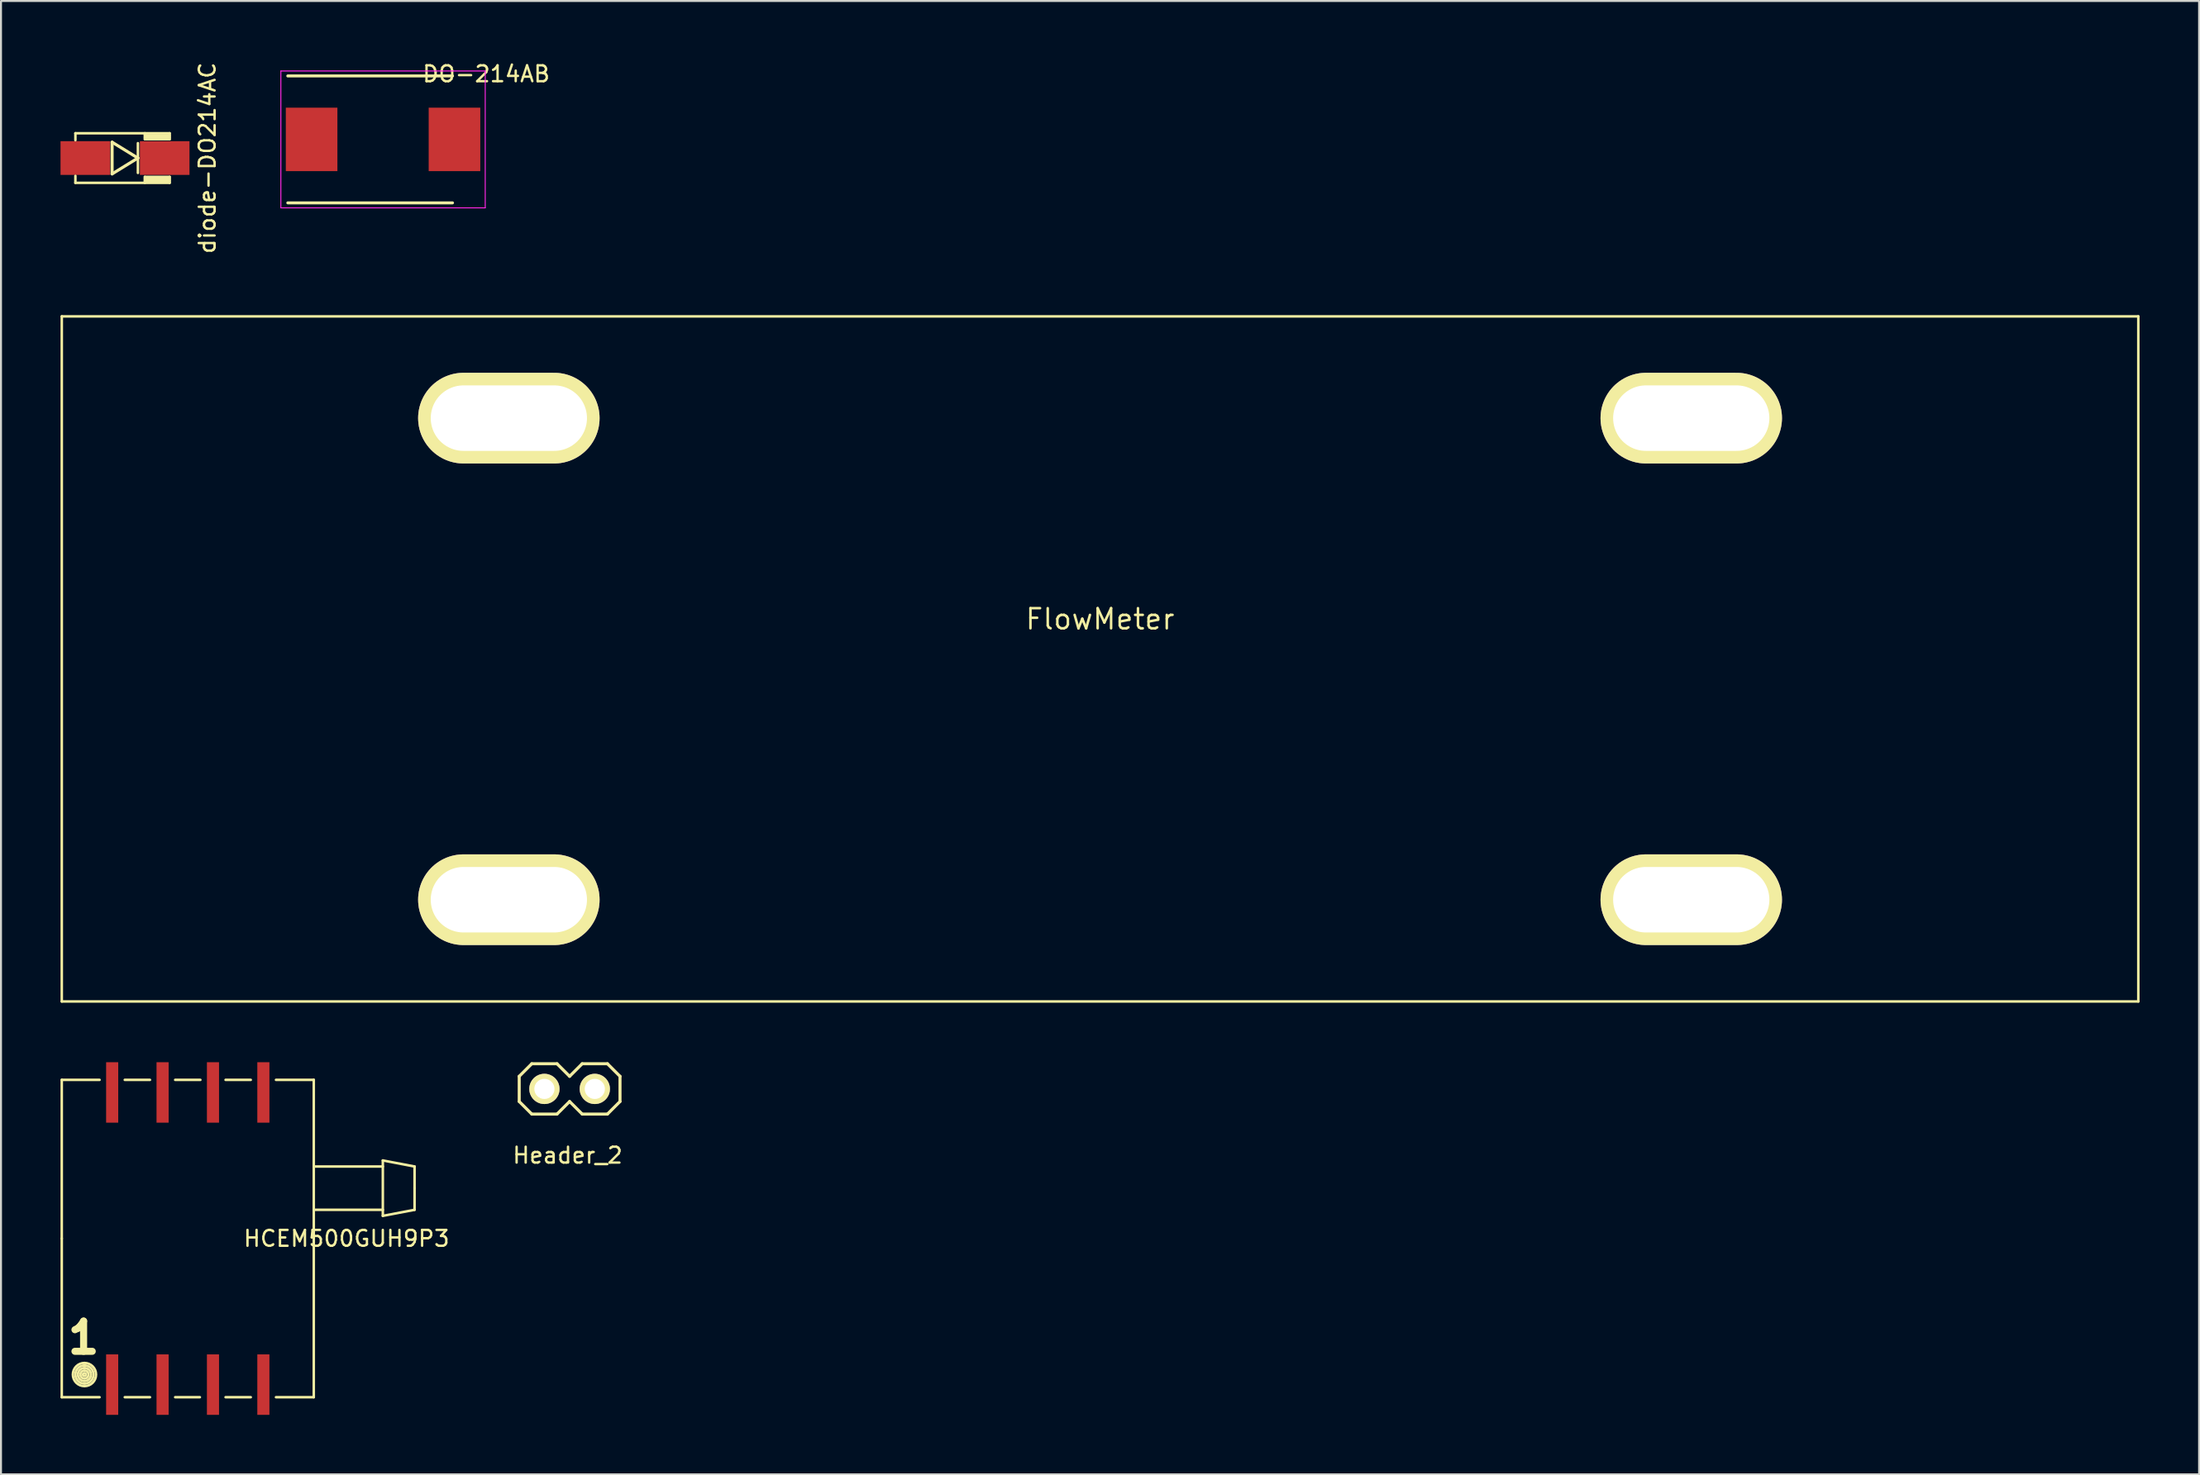
<source format=kicad_pcb>
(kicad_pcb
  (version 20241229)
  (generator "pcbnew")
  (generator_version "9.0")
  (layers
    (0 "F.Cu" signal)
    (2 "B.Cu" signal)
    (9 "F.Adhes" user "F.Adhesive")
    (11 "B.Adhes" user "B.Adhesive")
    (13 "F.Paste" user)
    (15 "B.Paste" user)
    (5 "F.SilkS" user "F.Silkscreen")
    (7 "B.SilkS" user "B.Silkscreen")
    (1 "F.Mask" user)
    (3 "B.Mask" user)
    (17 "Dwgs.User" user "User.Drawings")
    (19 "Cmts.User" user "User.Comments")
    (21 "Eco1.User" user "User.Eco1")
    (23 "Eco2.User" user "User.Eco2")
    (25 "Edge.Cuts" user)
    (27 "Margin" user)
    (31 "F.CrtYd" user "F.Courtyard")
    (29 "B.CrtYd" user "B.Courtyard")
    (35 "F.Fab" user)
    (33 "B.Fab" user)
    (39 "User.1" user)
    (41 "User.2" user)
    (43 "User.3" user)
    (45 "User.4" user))
  (footprint "HCEM500GUH9P3"
    (layer "F.Cu")
    (at 6.413 59.399)
    (property "Reference" "HCEM500GUH9P3" (at 8 0 180) (layer "F.SilkS") (effects (font (size 0.8 0.8) (thickness 0.12))))
    (attr smd)
    (fp_line (start -6.35 -8.001) (end -4.445 -8.001) (stroke (width 0.127) (type solid)) (layer "F.SilkS"))
    (fp_line (start -6.35 0) (end -6.35 -8.001) (stroke (width 0.127) (type solid)) (layer "F.SilkS"))
    (fp_line (start -6.35 8.001) (end -6.35 0) (stroke (width 0.127) (type solid)) (layer "F.SilkS"))
    (fp_line (start -4.445 8.001) (end -6.35 8.001) (stroke (width 0.127) (type solid)) (layer "F.SilkS"))
    (fp_line (start -3.175 -8.001) (end -1.905 -8.001) (stroke (width 0.127) (type solid)) (layer "F.SilkS"))
    (fp_line (start -1.905 8.001) (end -3.175 8.001) (stroke (width 0.127) (type solid)) (layer "F.SilkS"))
    (fp_line (start -0.635 -8.001) (end 0.635 -8.001) (stroke (width 0.127) (type solid)) (layer "F.SilkS"))
    (fp_line (start 0.61 8.001) (end -0.635 8.001) (stroke (width 0.127) (type solid)) (layer "F.SilkS"))
    (fp_line (start 1.905 -8.001) (end 3.175 -8.001) (stroke (width 0.127) (type solid)) (layer "F.SilkS"))
    (fp_line (start 3.175 8.001) (end 1.905 8.001) (stroke (width 0.127) (type solid)) (layer "F.SilkS"))
    (fp_line (start 4.445 -8.001) (end 6.35 -8.001) (stroke (width 0.127) (type solid)) (layer "F.SilkS"))
    (fp_line (start 6.35 -8.001) (end 6.35 0) (stroke (width 0.127) (type solid)) (layer "F.SilkS"))
    (fp_line (start 6.35 0) (end 6.35 8.001) (stroke (width 0.127) (type solid)) (layer "F.SilkS"))
    (fp_line (start 6.35 8.001) (end 4.445 8.001) (stroke (width 0.127) (type solid)) (layer "F.SilkS"))
    (fp_line (start 9.83 -3.937) (end 11.43 -3.632) (stroke (width 0.127) (type solid)) (layer "F.SilkS"))
    (fp_line (start 9.83 -3.632) (end 6.35 -3.632) (stroke (width 0.127) (type solid)) (layer "F.SilkS"))
    (fp_line (start 9.83 -1.448) (end 6.35 -1.448) (stroke (width 0.127) (type solid)) (layer "F.SilkS"))
    (fp_line (start 9.83 -1.143) (end 9.83 -3.937) (stroke (width 0.127) (type solid)) (layer "F.SilkS"))
    (fp_line (start 11.43 -2.54) (end 11.43 -3.632) (stroke (width 0.127) (type solid)) (layer "F.SilkS"))
    (fp_line (start 11.43 -2.54) (end 11.43 -1.448) (stroke (width 0.127) (type solid)) (layer "F.SilkS"))
    (fp_line (start 11.43 -1.448) (end 9.83 -1.143) (stroke (width 0.127) (type solid)) (layer "F.SilkS"))
    (fp_circle (center -5.207 6.858) (end -5.791 6.883) (stroke (width 0.127) (type solid)) (fill no) (layer "F.SilkS"))
    (fp_circle (center -5.207 6.858) (end -5.664 6.883) (stroke (width 0.127) (type solid)) (fill no) (layer "F.SilkS"))
    (fp_circle (center -5.207 6.858) (end -5.537 6.858) (stroke (width 0.127) (type solid)) (fill no) (layer "F.SilkS"))
    (fp_circle (center -5.207 6.858) (end -5.41 6.858) (stroke (width 0.127) (type solid)) (fill no) (layer "F.SilkS"))
    (fp_circle (center -5.207 6.858) (end -5.283 6.858) (stroke (width 0.127) (type solid)) (fill no) (layer "F.SilkS"))
    (fp_text user "1" (at -5.25 5 0) (layer "F.SilkS") (effects (font (size 1.524 1.524) (thickness 0.356))))
    (pad "1" smd rect (at -3.81 7.366) (size 0.61 3.048) (layers "F.Cu" "F.Mask" "F.Paste"))
    (pad "2" smd rect (at -1.27 7.366) (size 0.61 3.048) (layers "F.Cu" "F.Mask" "F.Paste"))
    (pad "3" smd rect (at 1.27 7.366) (size 0.61 3.048) (layers "F.Cu" "F.Mask" "F.Paste"))
    (pad "4" smd rect (at 3.81 7.366) (size 0.61 3.048) (layers "F.Cu" "F.Mask" "F.Paste"))
    (pad "5" smd rect (at 3.81 -7.366) (size 0.61 3.048) (layers "F.Cu" "F.Mask" "F.Paste"))
    (pad "6" smd rect (at 1.27 -7.366) (size 0.61 3.048) (layers "F.Cu" "F.Mask" "F.Paste"))
    (pad "7" smd rect (at -1.27 -7.366) (size 0.61 3.048) (layers "F.Cu" "F.Mask" "F.Paste"))
    (pad "8" smd rect (at -3.81 -7.366) (size 0.61 3.048) (layers "F.Cu" "F.Mask" "F.Paste")))
  (footprint "diode-DO214AC"
    (layer "F.Cu")
    (at 3.25 4.919)
    (property "Reference" "diode-DO214AC" (at 4.15 0 90) (layer "F.SilkS") (effects (font (size 0.8 0.8) (thickness 0.12))))
    (attr smd)
    (fp_line (start -2.5 -1.25) (end -2.5 -0.9) (stroke (width 0.127) (type solid)) (layer "F.SilkS"))
    (fp_line (start -2.5 -1.25) (end 2.25 -1.25) (stroke (width 0.127) (type solid)) (layer "F.SilkS"))
    (fp_line (start -2.5 1.25) (end -2.5 0.9) (stroke (width 0.127) (type solid)) (layer "F.SilkS"))
    (fp_line (start -0.65 -0.8) (end -0.65 0.8) (stroke (width 0.152) (type solid)) (layer "F.SilkS"))
    (fp_line (start -0.65 0.8) (end 0.65 0) (stroke (width 0.152) (type solid)) (layer "F.SilkS"))
    (fp_line (start 0.65 0) (end -0.65 -0.8) (stroke (width 0.152) (type solid)) (layer "F.SilkS"))
    (fp_line (start 0.65 0) (end 0.65 -0.75) (stroke (width 0.127) (type solid)) (layer "F.SilkS"))
    (fp_line (start 0.65 0) (end 0.65 0.75) (stroke (width 0.127) (type solid)) (layer "F.SilkS"))
    (fp_line (start 1 -1.15) (end 2.25 -1.15) (stroke (width 0.127) (type solid)) (layer "F.SilkS"))
    (fp_line (start 1 -0.95) (end 1 -1.25) (stroke (width 0.127) (type solid)) (layer "F.SilkS"))
    (fp_line (start 1 -0.95) (end 2.25 -0.95) (stroke (width 0.127) (type solid)) (layer "F.SilkS"))
    (fp_line (start 1 0.95) (end 1 1.25) (stroke (width 0.127) (type solid)) (layer "F.SilkS"))
    (fp_line (start 1 1.05) (end 2.25 1.05) (stroke (width 0.127) (type solid)) (layer "F.SilkS"))
    (fp_line (start 2.25 -1.25) (end 2.25 -0.95) (stroke (width 0.127) (type solid)) (layer "F.SilkS"))
    (fp_line (start 2.25 -1.05) (end 1 -1.05) (stroke (width 0.127) (type solid)) (layer "F.SilkS"))
    (fp_line (start 2.25 0.95) (end 1 0.95) (stroke (width 0.127) (type solid)) (layer "F.SilkS"))
    (fp_line (start 2.25 1.15) (end 1 1.15) (stroke (width 0.127) (type solid)) (layer "F.SilkS"))
    (fp_line (start 2.25 1.25) (end -2.5 1.25) (stroke (width 0.127) (type solid)) (layer "F.SilkS"))
    (fp_line (start 2.25 1.25) (end 2.25 0.95) (stroke (width 0.127) (type solid)) (layer "F.SilkS"))
    (pad "1" smd rect (at -2 0) (size 2.5 1.7) (layers "F.Cu" "F.Mask" "F.Paste"))
    (pad "2" smd rect (at 2 0) (size 2.5 1.7) (layers "F.Cu" "F.Mask" "F.Paste")))
  (footprint "Header_2"
    (layer "F.Cu")
    (at 25.656 51.855)
    (property "Reference" "Header_2" (at -0.1 3.35 180) (layer "F.SilkS") (effects (font (size 0.8 0.8) (thickness 0.12))))
    (attr smd)
    (fp_line (start -2.54 -0.635) (end -2.54 0.635) (stroke (width 0.152) (type solid)) (layer "F.SilkS"))
    (fp_line (start -2.54 -0.635) (end -1.905 -1.27) (stroke (width 0.152) (type solid)) (layer "F.SilkS"))
    (fp_line (start -1.905 -1.27) (end -0.635 -1.27) (stroke (width 0.152) (type solid)) (layer "F.SilkS"))
    (fp_line (start -1.905 1.27) (end -2.54 0.635) (stroke (width 0.152) (type solid)) (layer "F.SilkS"))
    (fp_line (start -0.635 -1.27) (end 0 -0.635) (stroke (width 0.152) (type solid)) (layer "F.SilkS"))
    (fp_line (start -0.635 1.27) (end -1.905 1.27) (stroke (width 0.152) (type solid)) (layer "F.SilkS"))
    (fp_line (start 0 -0.635) (end 0.635 -1.27) (stroke (width 0.152) (type solid)) (layer "F.SilkS"))
    (fp_line (start 0 0.635) (end -0.635 1.27) (stroke (width 0.152) (type solid)) (layer "F.SilkS"))
    (fp_line (start 0.635 -1.27) (end 1.905 -1.27) (stroke (width 0.152) (type solid)) (layer "F.SilkS"))
    (fp_line (start 0.635 1.27) (end 0 0.635) (stroke (width 0.152) (type solid)) (layer "F.SilkS"))
    (fp_line (start 1.905 -1.27) (end 2.54 -0.635) (stroke (width 0.152) (type solid)) (layer "F.SilkS"))
    (fp_line (start 1.905 1.27) (end 0.635 1.27) (stroke (width 0.152) (type solid)) (layer "F.SilkS"))
    (fp_line (start 2.54 -0.635) (end 2.54 0.635) (stroke (width 0.152) (type solid)) (layer "F.SilkS"))
    (fp_line (start 2.54 0.635) (end 1.905 1.27) (stroke (width 0.152) (type solid)) (layer "F.SilkS"))
    (pad "1" thru_hole circle (at -1.27 0) (size 1.524 1.524) (drill 1.016) (layers "*.Cu" "*.Mask" "F.SilkS"))
    (pad "2" thru_hole circle (at 1.27 0) (size 1.524 1.524) (drill 1.016) (layers "*.Cu" "*.Mask" "F.SilkS")))
  (footprint "DO-214AB"
    (layer "F.Cu")
    (at 16.254 3.979)
    (property "Reference" "DO-214AB" (at 5.2 -3.3 0) (layer "F.SilkS") (effects (font (size 0.8 0.8) (thickness 0.12))))
    (attr smd)
    (fp_line (start -4.8 -3.2) (end 3.5 -3.2) (stroke (width 0.15) (type solid)) (layer "F.SilkS"))
    (fp_line (start 3.5 3.2) (end -4.8 3.2) (stroke (width 0.15) (type solid)) (layer "F.SilkS"))
    (fp_line (start -5.15 -3.45) (end 5.15 -3.45) (stroke (width 0.05) (type solid)) (layer "F.CrtYd"))
    (fp_line (start -5.15 3.45) (end -5.15 -3.45) (stroke (width 0.05) (type solid)) (layer "F.CrtYd"))
    (fp_line (start 5.15 -3.45) (end 5.15 3.45) (stroke (width 0.05) (type solid)) (layer "F.CrtYd"))
    (fp_line (start 5.15 3.45) (end -5.15 3.45) (stroke (width 0.05) (type solid)) (layer "F.CrtYd"))
    (pad "1" smd rect (at -3.6 0) (size 2.6 3.2) (layers "F.Cu" "F.Mask" "F.Paste"))
    (pad "2" smd rect (at 3.6 0) (size 2.6 3.2) (layers "F.Cu" "F.Mask" "F.Paste")))
  (footprint "FlowMeter"
    (layer "F.Cu")
    (at 52.388 30.174)
    (property "Reference" "FlowMeter" (at 0 -2.007 0) (layer "F.SilkS") (effects (font (size 1.016 1.016) (thickness 0.127))))
    (attr smd)
    (fp_line (start -52.324 -17.272) (end 52.324 -17.272) (stroke (width 0.127) (type solid)) (layer "F.SilkS"))
    (fp_line (start -52.324 17.272) (end -52.324 -17.272) (stroke (width 0.127) (type solid)) (layer "F.SilkS"))
    (fp_line (start 52.324 -17.272) (end 52.324 17.272) (stroke (width 0.127) (type solid)) (layer "F.SilkS"))
    (fp_line (start 52.324 17.272) (end -52.324 17.272) (stroke (width 0.127) (type solid)) (layer "F.SilkS"))
    (pad "1" thru_hole oval (at -29.794 12.141) (size 9.144 4.572) (drill oval 7.874 3.302) (layers "*.Cu" "*.Mask" "F.SilkS"))
    (pad "2" thru_hole oval (at -29.794 -12.141) (size 9.144 4.572) (drill oval 7.874 3.302) (layers "*.Cu" "*.Mask" "F.SilkS"))
    (pad "3" thru_hole oval (at 29.794 -12.141) (size 9.144 4.572) (drill oval 7.874 3.302) (layers "*.Cu" "*.Mask" "F.SilkS"))
    (pad "4" thru_hole oval (at 29.794 12.141) (size 9.144 4.572) (drill oval 7.874 3.302) (layers "*.Cu" "*.Mask" "F.SilkS")))
  (gr_rect
    (start -3 -3)
    (end 107.775 71.289)
    (stroke (width 0.1) (type default))
    (fill no)
    (layer "Edge.Cuts")))
</source>
